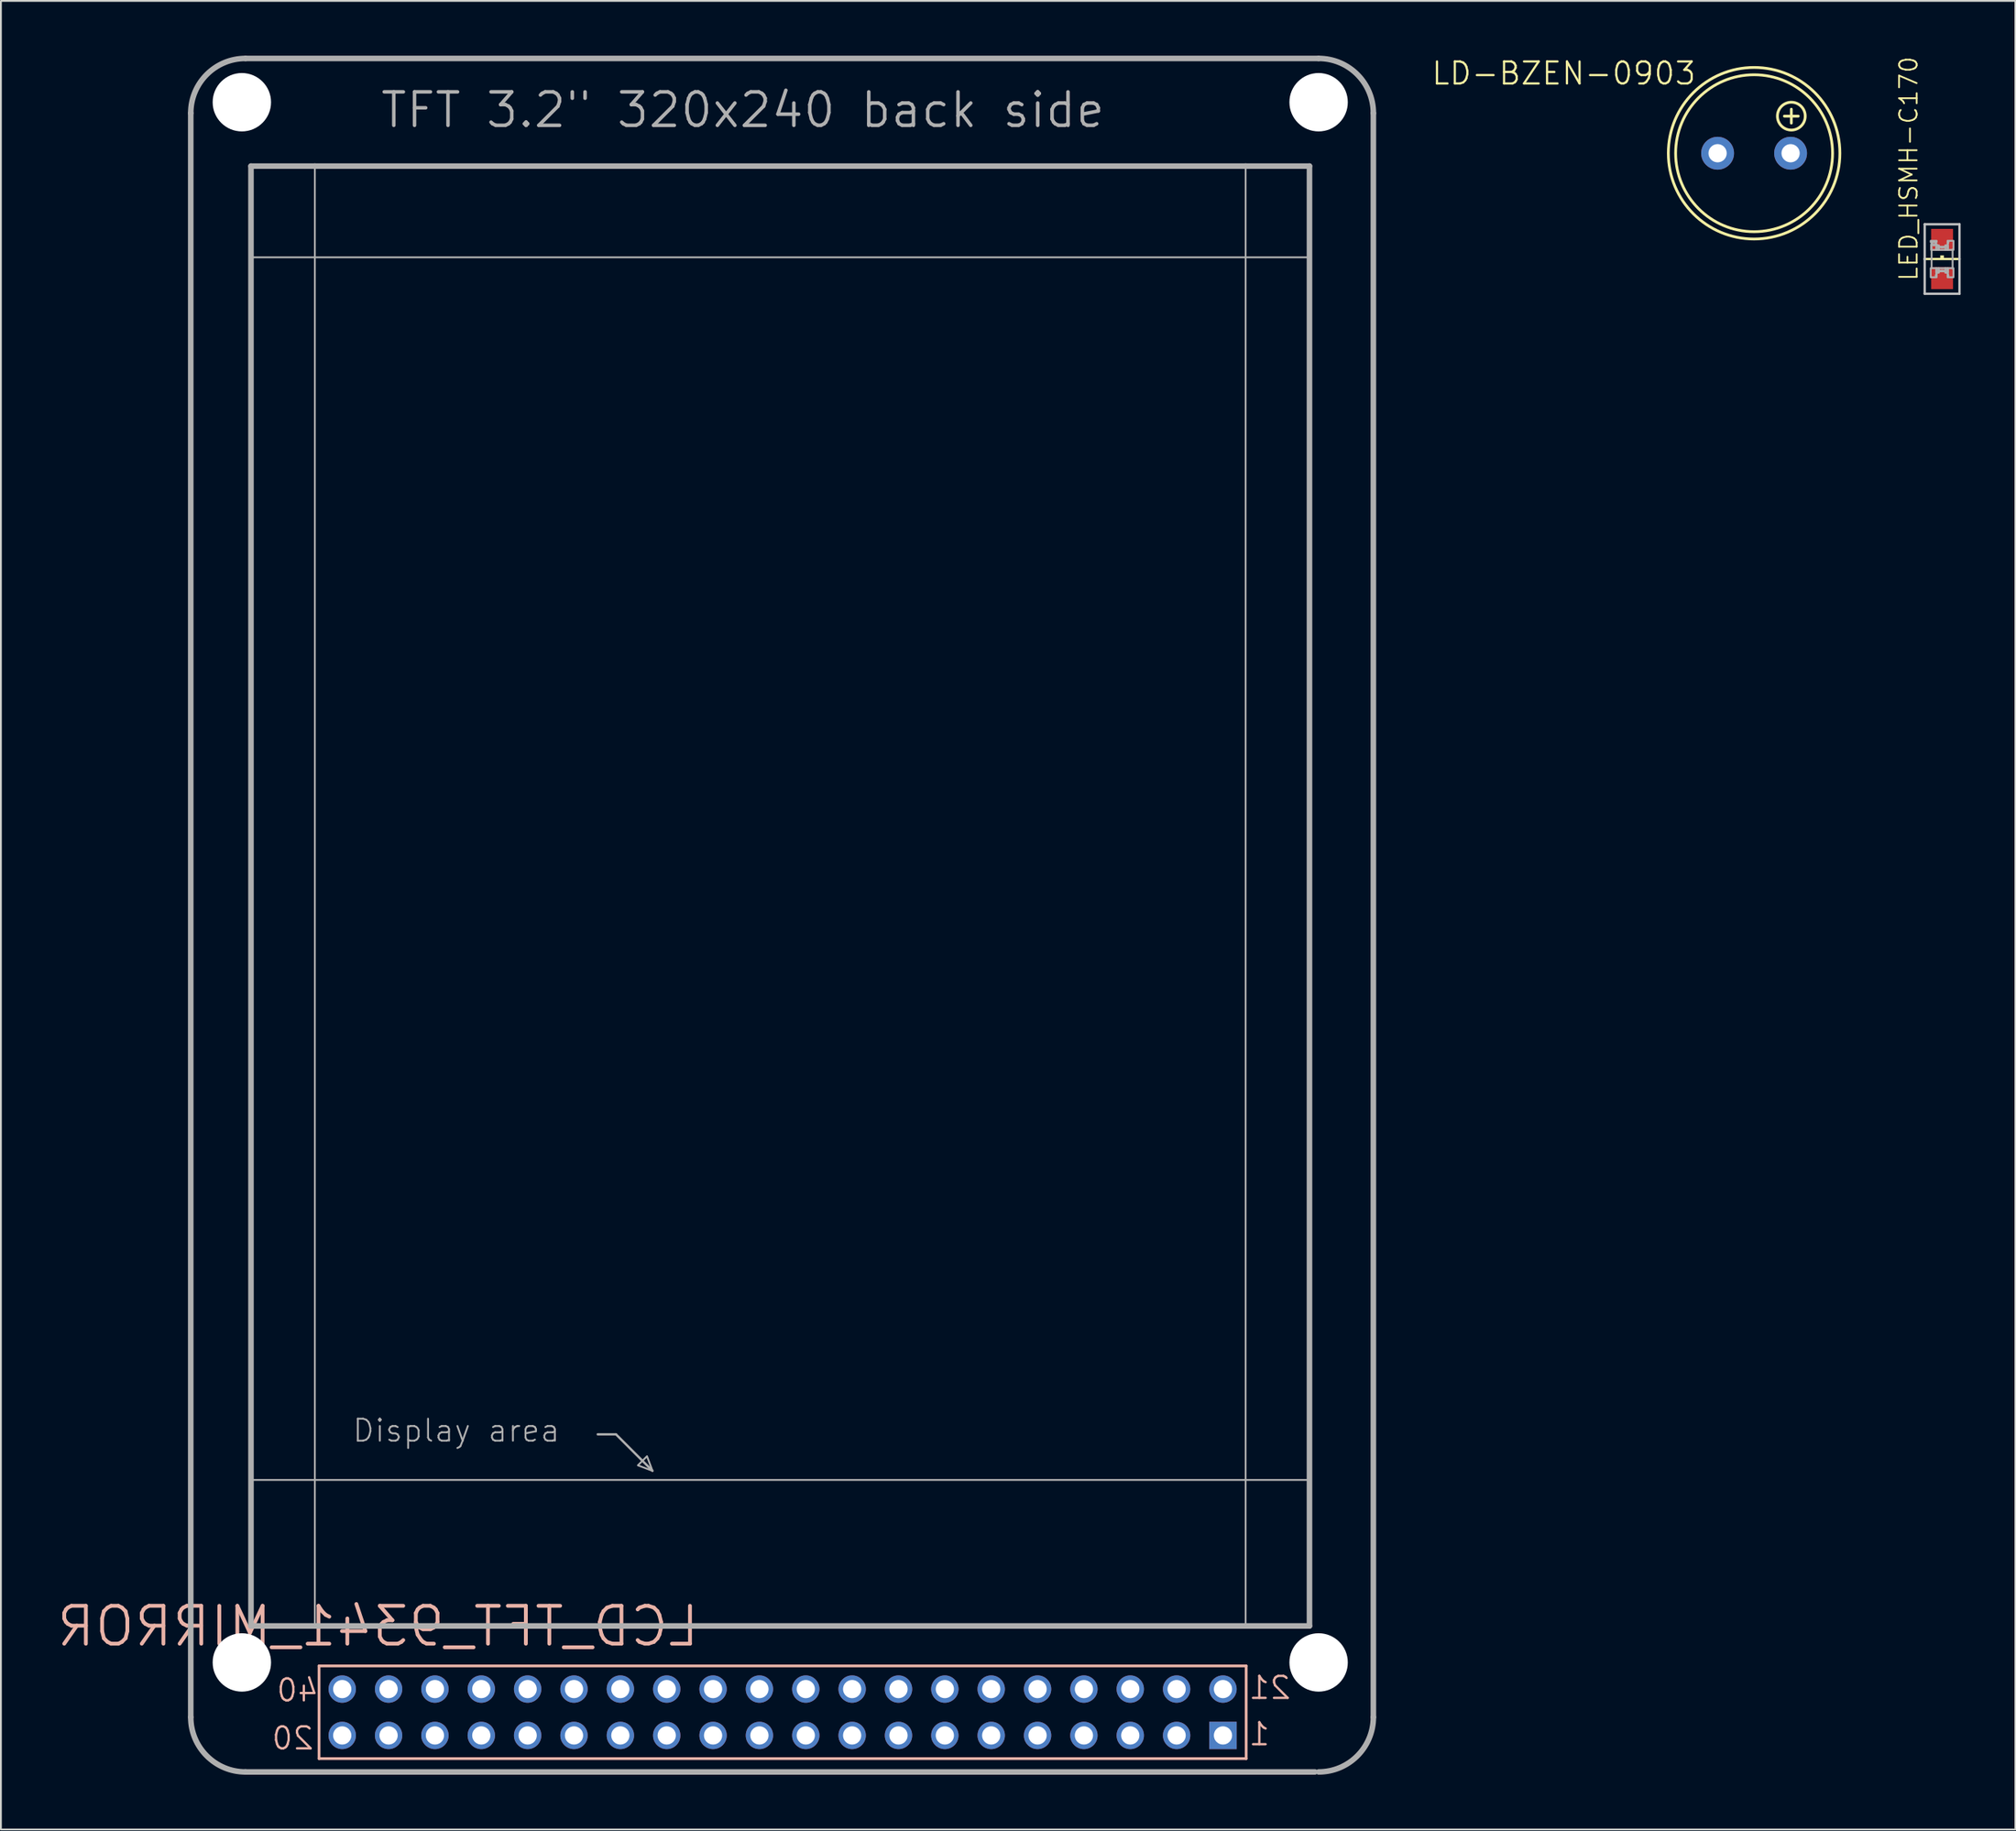
<source format=kicad_pcb>
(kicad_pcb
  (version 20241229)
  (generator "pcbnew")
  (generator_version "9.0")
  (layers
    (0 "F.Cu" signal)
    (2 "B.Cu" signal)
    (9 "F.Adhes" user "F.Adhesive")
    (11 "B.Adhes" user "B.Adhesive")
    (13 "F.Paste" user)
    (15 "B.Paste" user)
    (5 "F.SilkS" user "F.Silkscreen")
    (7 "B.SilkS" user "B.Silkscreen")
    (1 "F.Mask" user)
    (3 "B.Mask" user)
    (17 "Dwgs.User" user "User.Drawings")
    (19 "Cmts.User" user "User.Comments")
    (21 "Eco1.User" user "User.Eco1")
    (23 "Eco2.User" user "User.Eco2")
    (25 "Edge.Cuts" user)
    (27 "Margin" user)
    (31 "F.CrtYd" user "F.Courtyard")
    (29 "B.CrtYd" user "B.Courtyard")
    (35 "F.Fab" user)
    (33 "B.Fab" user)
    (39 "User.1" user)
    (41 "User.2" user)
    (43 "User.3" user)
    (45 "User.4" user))
  (footprint "LED_HSMH-C170"
    (layer "F.Cu")
    (at 103.365 11.144)
    (property "Reference" "LED_HSMH-C170" (at -1.27 1.27 90) (layer "F.SilkS") (effects (font (size 0.965 0.965) (thickness 0.097)) (justify left bottom)))
    (attr through_hole)
    (fp_line (start -0.953 0) (end 0.953 0) (stroke (width 0.127) (type solid)) (layer "F.SilkS"))
    (fp_poly (pts (xy -0.1 0) (xy 0.1 0) (xy 0.1 -0.2) (xy -0.1 -0.2)) (stroke (width 0) (type solid)) (fill yes) (layer "F.SilkS"))
    (fp_line (start -0.953 -1.905) (end 0.953 -1.905) (stroke (width 0.127) (type solid)) (layer "Dwgs.User"))
    (fp_line (start -0.953 0) (end -0.953 -1.905) (stroke (width 0.127) (type solid)) (layer "Dwgs.User"))
    (fp_line (start -0.953 1.905) (end -0.953 0) (stroke (width 0.127) (type solid)) (layer "Dwgs.User"))
    (fp_line (start 0.953 -1.905) (end 0.953 0) (stroke (width 0.127) (type solid)) (layer "Dwgs.User"))
    (fp_line (start 0.953 0) (end 0.953 1.905) (stroke (width 0.127) (type solid)) (layer "Dwgs.User"))
    (fp_line (start 0.953 1.905) (end -0.953 1.905) (stroke (width 0.127) (type solid)) (layer "Dwgs.User"))
    (fp_line (start -0.575 0.5) (end -0.575 -0.925) (stroke (width 0.102) (type solid)) (layer "F.Fab"))
    (fp_line (start 0.575 -0.525) (end 0.575 0.525) (stroke (width 0.102) (type solid)) (layer "F.Fab"))
    (fp_arc (start -0.35 0.925) (mid -0.000001 0.625027) (end 0.35 0.924998) (stroke (width 0.1016) (type solid)) (layer "F.Fab"))
    (fp_arc (start 0.35 -0.924998) (mid -0.000001 -0.625027) (end -0.35 -0.925) (stroke (width 0.1016) (type solid)) (layer "F.Fab"))
    (fp_circle (center -0.45 -0.85) (end -0.347 -0.85) (stroke (width 0.102) (type solid)) (fill no) (layer "F.Fab"))
    (fp_poly (pts (xy -0.625 -0.925) (xy -0.3 -0.925) (xy -0.3 -1) (xy -0.625 -1)) (stroke (width 0.1) (type solid)) (fill no) (layer "F.Fab"))
    (fp_poly (pts (xy -0.625 1) (xy -0.3 1) (xy -0.3 0.5) (xy -0.625 0.5)) (stroke (width 0.1) (type solid)) (fill no) (layer "F.Fab"))
    (fp_poly (pts (xy -0.6 -0.5) (xy -0.3 -0.5) (xy -0.3 -0.8) (xy -0.6 -0.8)) (stroke (width 0.1) (type solid)) (fill no) (layer "F.Fab"))
    (fp_poly (pts (xy -0.325 -0.5) (xy -0.175 -0.5) (xy -0.175 -0.75) (xy -0.325 -0.75)) (stroke (width 0.1) (type solid)) (fill no) (layer "F.Fab"))
    (fp_poly (pts (xy -0.325 0.75) (xy -0.175 0.75) (xy -0.175 0.5) (xy -0.325 0.5)) (stroke (width 0.1) (type solid)) (fill no) (layer "F.Fab"))
    (fp_poly (pts (xy -0.2 -0.5) (xy 0.2 -0.5) (xy 0.2 -0.675) (xy -0.2 -0.675)) (stroke (width 0.1) (type solid)) (fill no) (layer "F.Fab"))
    (fp_poly (pts (xy -0.2 0.675) (xy 0.2 0.675) (xy 0.2 0.5) (xy -0.2 0.5)) (stroke (width 0.1) (type solid)) (fill no) (layer "F.Fab"))
    (fp_poly (pts (xy 0.175 -0.5) (xy 0.325 -0.5) (xy 0.325 -0.75) (xy 0.175 -0.75)) (stroke (width 0.1) (type solid)) (fill no) (layer "F.Fab"))
    (fp_poly (pts (xy 0.175 0.75) (xy 0.325 0.75) (xy 0.325 0.5) (xy 0.175 0.5)) (stroke (width 0.1) (type solid)) (fill no) (layer "F.Fab"))
    (fp_poly (pts (xy 0.3 -0.5) (xy 0.625 -0.5) (xy 0.625 -1) (xy 0.3 -1)) (stroke (width 0.1) (type solid)) (fill no) (layer "F.Fab"))
    (fp_poly (pts (xy 0.3 1) (xy 0.625 1) (xy 0.625 0.5) (xy 0.3 0.5)) (stroke (width 0.1) (type solid)) (fill no) (layer "F.Fab"))
    (pad "A" smd rect (at 0 -1.05) (size 1.2 1.2) (layers "F.Cu" "F.Mask" "F.Paste"))
    (pad "C" smd rect (at 0 1.05) (size 1.2 1.2) (layers "F.Cu" "F.Mask" "F.Paste")))
  (footprint "LCD_TFT_9341_MIRROR"
    (layer "F.Cu")
    (at 15.702 92.052)
    (property "Reference" "LCD_TFT_9341_MIRROR" (at 19.685 -4.763 0) (layer "B.SilkS") (effects (font (size 2.075 2.075) (thickness 0.208)) (justify left bottom mirror)))
    (attr through_hole)
    (fp_line (start -1.27 -3.81) (end 49.53 -3.81) (stroke (width 0.152) (type solid)) (layer "B.SilkS"))
    (fp_line (start -1.27 1.27) (end -1.27 -3.81) (stroke (width 0.152) (type solid)) (layer "B.SilkS"))
    (fp_line (start 49.53 -3.81) (end 49.53 1.27) (stroke (width 0.152) (type solid)) (layer "B.SilkS"))
    (fp_line (start 49.53 1.27) (end -1.27 1.27) (stroke (width 0.152) (type solid)) (layer "B.SilkS"))
    (fp_line (start -8.3 -1) (end -8.3 -88.9) (stroke (width 0.305) (type solid)) (layer "F.Fab"))
    (fp_line (start -5 -86) (end -1.5 -86) (stroke (width 0.305) (type solid)) (layer "F.Fab"))
    (fp_line (start -5 -81) (end -1.5 -81) (stroke (width 0.1) (type solid)) (layer "F.Fab"))
    (fp_line (start -5 -14) (end -1.5 -14) (stroke (width 0.1) (type solid)) (layer "F.Fab"))
    (fp_line (start -5 -6) (end -5 -86) (stroke (width 0.305) (type solid)) (layer "F.Fab"))
    (fp_line (start -1.5 -86) (end 49.5 -86) (stroke (width 0.305) (type solid)) (layer "F.Fab"))
    (fp_line (start -1.5 -81) (end -1.5 -86) (stroke (width 0.1) (type solid)) (layer "F.Fab"))
    (fp_line (start -1.5 -81) (end -1.5 -14) (stroke (width 0.1) (type solid)) (layer "F.Fab"))
    (fp_line (start -1.5 -81) (end 49.5 -81) (stroke (width 0.1) (type solid)) (layer "F.Fab"))
    (fp_line (start -1.5 -14) (end -1.5 -6) (stroke (width 0.1) (type solid)) (layer "F.Fab"))
    (fp_line (start -1.5 -14) (end 49.5 -14) (stroke (width 0.1) (type solid)) (layer "F.Fab"))
    (fp_line (start 14 -16.5) (end 15 -16.5) (stroke (width 0.127) (type solid)) (layer "F.Fab"))
    (fp_line (start 15 -16.5) (end 17 -14.5) (stroke (width 0.127) (type solid)) (layer "F.Fab"))
    (fp_line (start 49.5 -86) (end 53 -86) (stroke (width 0.305) (type solid)) (layer "F.Fab"))
    (fp_line (start 49.5 -81) (end 49.5 -86) (stroke (width 0.1) (type solid)) (layer "F.Fab"))
    (fp_line (start 49.5 -81) (end 49.5 -14) (stroke (width 0.1) (type solid)) (layer "F.Fab"))
    (fp_line (start 49.5 -81) (end 53 -81) (stroke (width 0.1) (type solid)) (layer "F.Fab"))
    (fp_line (start 49.5 -14) (end 49.5 -6) (stroke (width 0.1) (type solid)) (layer "F.Fab"))
    (fp_line (start 49.5 -14) (end 53 -14) (stroke (width 0.1) (type solid)) (layer "F.Fab"))
    (fp_line (start 53 -86) (end 53 -6) (stroke (width 0.305) (type solid)) (layer "F.Fab"))
    (fp_line (start 53 -6) (end -5 -6) (stroke (width 0.305) (type solid)) (layer "F.Fab"))
    (fp_line (start 53.3 2) (end -5.3 2) (stroke (width 0.305) (type solid)) (layer "F.Fab"))
    (fp_line (start 53.5 -91.9) (end -5.3 -91.9) (stroke (width 0.305) (type solid)) (layer "F.Fab"))
    (fp_line (start 56.5 -1) (end 56.5 -88.9) (stroke (width 0.305) (type solid)) (layer "F.Fab"))
    (fp_arc (start -8.3 -88.9) (mid -7.42132 -91.02132) (end -5.3 -91.9) (stroke (width 0.3048) (type solid)) (layer "F.Fab"))
    (fp_arc (start -5.3 2) (mid -7.42132 1.12132) (end -8.3 -1) (stroke (width 0.3048) (type solid)) (layer "F.Fab"))
    (fp_arc (start 53.5 -91.9) (mid 55.62132 -91.02132) (end 56.5 -88.9) (stroke (width 0.3048) (type solid)) (layer "F.Fab"))
    (fp_arc (start 56.5 -1) (mid 55.62132 1.12132) (end 53.5 2) (stroke (width 0.3048) (type solid)) (layer "F.Fab"))
    (fp_poly (pts (xy 17 -14.5) (xy 16.7 -15.3) (xy 16.2 -14.8)) (stroke (width 0.1) (type solid)) (fill no) (layer "F.Fab"))
    (fp_text user "1" (at 49.593 0.635 0) (layer "B.SilkS") (effects (font (size 1.206 1.206) (thickness 0.127)) (justify right bottom mirror)))
    (fp_text user "21" (at 49.593 -1.905 0) (layer "B.SilkS") (effects (font (size 1.206 1.206) (thickness 0.127)) (justify right bottom mirror)))
    (fp_text user "40" (at -3.68 -3.18 0) (layer "B.SilkS") (effects (font (size 1.206 1.206) (thickness 0.127)) (justify right top mirror)))
    (fp_text user "20" (at -3.94 -0.55 0) (layer "B.SilkS") (effects (font (size 1.206 1.206) (thickness 0.127)) (justify right top mirror)))
    (fp_text user "Display area" (at 0.5 -16 0) (layer "F.Fab") (effects (font (size 1.206 1.206) (thickness 0.102)) (justify left bottom)))
    (fp_text user "TFT 3.2\" 320x240 back side" (at 2 -88 0) (layer "F.Fab") (effects (font (size 1.834 1.834) (thickness 0.193)) (justify left bottom)))
    (pad "" np_thru_hole circle (at -5.5 -89.5) (size 3.2 3.2) (drill 3.2) (layers "*.Cu"))
    (pad "" np_thru_hole circle (at -5.5 -4) (size 3.2 3.2) (drill 3.2) (layers "*.Cu"))
    (pad "" np_thru_hole circle (at 53.5 -89.5) (size 3.2 3.2) (drill 3.2) (layers "*.Cu"))
    (pad "" np_thru_hole circle (at 53.5 -4) (size 3.2 3.2) (drill 3.2) (layers "*.Cu"))
    (pad "1" thru_hole rect (at 48.26 0 90) (size 1.5 1.5) (drill 1) (layers "*.Cu" "*.Mask"))
    (pad "2" thru_hole circle (at 45.72 0 90) (size 1.5 1.5) (drill 1) (layers "*.Cu" "*.Mask"))
    (pad "3" thru_hole circle (at 43.18 0 90) (size 1.5 1.5) (drill 1) (layers "*.Cu" "*.Mask"))
    (pad "4" thru_hole circle (at 40.64 0 90) (size 1.5 1.5) (drill 1) (layers "*.Cu" "*.Mask"))
    (pad "5" thru_hole circle (at 38.1 0 90) (size 1.5 1.5) (drill 1) (layers "*.Cu" "*.Mask"))
    (pad "6" thru_hole circle (at 35.56 0 90) (size 1.5 1.5) (drill 1) (layers "*.Cu" "*.Mask"))
    (pad "7" thru_hole circle (at 33.02 0 90) (size 1.5 1.5) (drill 1) (layers "*.Cu" "*.Mask"))
    (pad "8" thru_hole circle (at 30.48 0 90) (size 1.5 1.5) (drill 1) (layers "*.Cu" "*.Mask"))
    (pad "9" thru_hole circle (at 27.94 0 90) (size 1.5 1.5) (drill 1) (layers "*.Cu" "*.Mask"))
    (pad "10" thru_hole circle (at 25.4 0 90) (size 1.5 1.5) (drill 1) (layers "*.Cu" "*.Mask"))
    (pad "11" thru_hole circle (at 22.86 0 90) (size 1.5 1.5) (drill 1) (layers "*.Cu" "*.Mask"))
    (pad "12" thru_hole circle (at 20.32 0 90) (size 1.5 1.5) (drill 1) (layers "*.Cu" "*.Mask"))
    (pad "13" thru_hole circle (at 17.78 0 90) (size 1.5 1.5) (drill 1) (layers "*.Cu" "*.Mask"))
    (pad "14" thru_hole circle (at 15.24 0 90) (size 1.5 1.5) (drill 1) (layers "*.Cu" "*.Mask"))
    (pad "15" thru_hole circle (at 12.7 0 90) (size 1.5 1.5) (drill 1) (layers "*.Cu" "*.Mask"))
    (pad "16" thru_hole circle (at 10.16 0 90) (size 1.5 1.5) (drill 1) (layers "*.Cu" "*.Mask"))
    (pad "17" thru_hole circle (at 7.62 0 90) (size 1.5 1.5) (drill 1) (layers "*.Cu" "*.Mask"))
    (pad "18" thru_hole circle (at 5.08 0 90) (size 1.5 1.5) (drill 1) (layers "*.Cu" "*.Mask"))
    (pad "19" thru_hole circle (at 2.54 0 90) (size 1.5 1.5) (drill 1) (layers "*.Cu" "*.Mask"))
    (pad "20" thru_hole circle (at 0 0 90) (size 1.5 1.5) (drill 1) (layers "*.Cu" "*.Mask"))
    (pad "21" thru_hole circle (at 48.26 -2.54 90) (size 1.5 1.5) (drill 1) (layers "*.Cu" "*.Mask"))
    (pad "22" thru_hole circle (at 45.72 -2.54 90) (size 1.5 1.5) (drill 1) (layers "*.Cu" "*.Mask"))
    (pad "23" thru_hole circle (at 43.18 -2.54 90) (size 1.5 1.5) (drill 1) (layers "*.Cu" "*.Mask"))
    (pad "24" thru_hole circle (at 40.64 -2.54 90) (size 1.5 1.5) (drill 1) (layers "*.Cu" "*.Mask"))
    (pad "25" thru_hole circle (at 38.1 -2.54 90) (size 1.5 1.5) (drill 1) (layers "*.Cu" "*.Mask"))
    (pad "26" thru_hole circle (at 35.56 -2.54 90) (size 1.5 1.5) (drill 1) (layers "*.Cu" "*.Mask"))
    (pad "27" thru_hole circle (at 33.02 -2.54 90) (size 1.5 1.5) (drill 1) (layers "*.Cu" "*.Mask"))
    (pad "28" thru_hole circle (at 30.48 -2.54 90) (size 1.5 1.5) (drill 1) (layers "*.Cu" "*.Mask"))
    (pad "29" thru_hole circle (at 27.94 -2.54 90) (size 1.5 1.5) (drill 1) (layers "*.Cu" "*.Mask"))
    (pad "30" thru_hole circle (at 25.4 -2.54 90) (size 1.5 1.5) (drill 1) (layers "*.Cu" "*.Mask"))
    (pad "31" thru_hole circle (at 22.86 -2.54 90) (size 1.5 1.5) (drill 1) (layers "*.Cu" "*.Mask"))
    (pad "32" thru_hole circle (at 20.32 -2.54 90) (size 1.5 1.5) (drill 1) (layers "*.Cu" "*.Mask"))
    (pad "33" thru_hole circle (at 17.78 -2.54 90) (size 1.5 1.5) (drill 1) (layers "*.Cu" "*.Mask"))
    (pad "34" thru_hole circle (at 15.24 -2.54 90) (size 1.5 1.5) (drill 1) (layers "*.Cu" "*.Mask"))
    (pad "35" thru_hole circle (at 12.7 -2.54 90) (size 1.5 1.5) (drill 1) (layers "*.Cu" "*.Mask"))
    (pad "36" thru_hole circle (at 10.16 -2.54 90) (size 1.5 1.5) (drill 1) (layers "*.Cu" "*.Mask"))
    (pad "37" thru_hole circle (at 7.62 -2.54 90) (size 1.5 1.5) (drill 1) (layers "*.Cu" "*.Mask"))
    (pad "38" thru_hole circle (at 5.08 -2.54 90) (size 1.5 1.5) (drill 1) (layers "*.Cu" "*.Mask"))
    (pad "39" thru_hole circle (at 2.54 -2.54 90) (size 1.5 1.5) (drill 1) (layers "*.Cu" "*.Mask"))
    (pad "40" thru_hole circle (at 0 -2.54 90) (size 1.5 1.5) (drill 1) (layers "*.Cu" "*.Mask")))
  (footprint "LD-BZEN-0903"
    (layer "F.Cu")
    (at 93.064 5.347)
    (property "Reference" "LD-BZEN-0903" (at -3.111 -5.08 0) (layer "F.SilkS") (effects (font (size 1.206 1.206) (thickness 0.121)) (justify right top)))
    (attr through_hole)
    (fp_line (start 1.659 -2.032) (end 2.421 -2.032) (stroke (width 0.152) (type solid)) (layer "F.SilkS"))
    (fp_line (start 2.04 -1.651) (end 2.04 -2.413) (stroke (width 0.152) (type solid)) (layer "F.SilkS"))
    (fp_circle (center 0 0) (end 4.3 0) (stroke (width 0.152) (type solid)) (fill no) (layer "F.SilkS"))
    (fp_circle (center 0 0) (end 4.7 0) (stroke (width 0.152) (type solid)) (fill no) (layer "F.SilkS"))
    (fp_circle (center 2.04 -2.032) (end 2.802 -2.032) (stroke (width 0.152) (type solid)) (fill no) (layer "F.SilkS"))
    (pad "+B" thru_hole circle (at 2 0) (size 1.8 1.8) (drill 1) (layers "*.Cu" "*.Mask"))
    (pad "-B" thru_hole circle (at -2 0) (size 1.8 1.8) (drill 1) (layers "*.Cu" "*.Mask")))
  (gr_rect
    (start -3 -3)
    (end 107.381 97.205)
    (stroke (width 0.1) (type default))
    (fill no)
    (layer "Edge.Cuts")))
</source>
